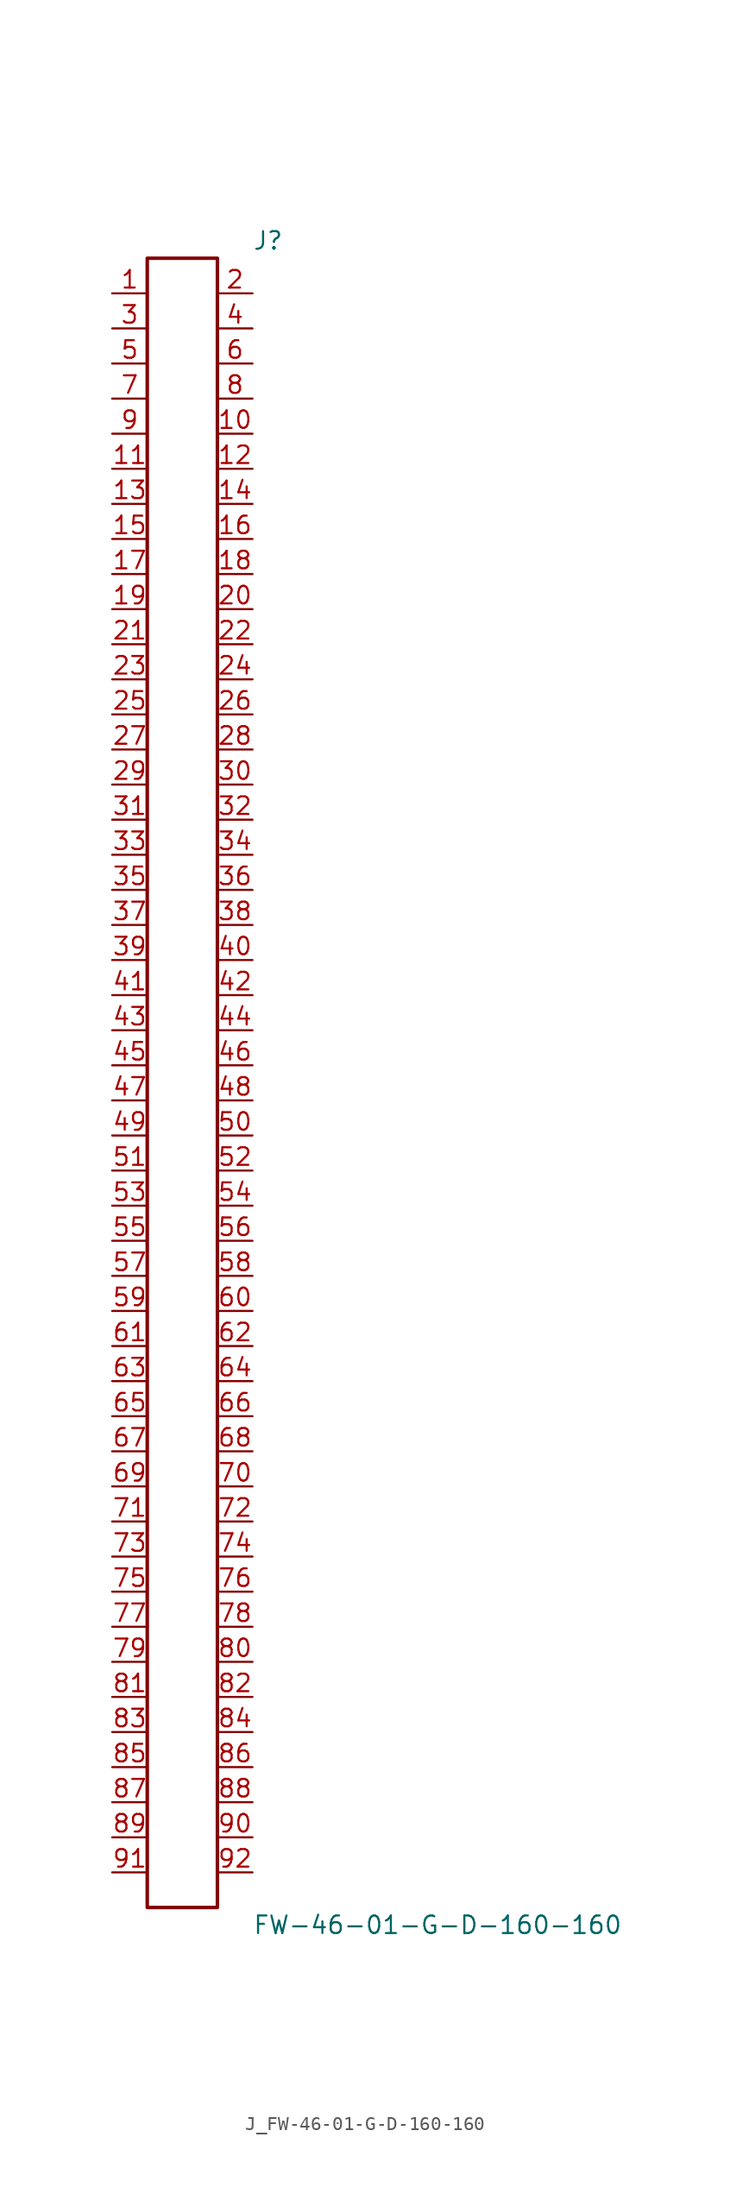
<source format=kicad_sym>
(kicad_symbol_lib
  (version 20231120)
  (generator kicad_symbol_editor)
  (generator_version 8.0)
  (symbol "J_FW-46-01-G-D-160-160"
    (pin_names
      (offset 0.254))
    (property "Reference" "J"
      (at 5.08 60.96 0)
      (effects (font (size 1.27 1.27)) (justify left)))
    (property "Value" "FW-46-01-G-D-160-160"
      (at 5.08 -60.96 0)
      (effects (font (size 1.27 1.27)) (justify left)))
    (symbol "J_FW-46-01-G-D-160-160_0_0"
      (pin unspecified line (at -5.08 57.15 0) (length 2.54) (name "" (effects (font (size 1.27 1.27)))) (number "1" (effects (font (size 1.27 1.27)))))
      (pin unspecified line (at 5.08 57.15 180) (length 2.54) (name "" (effects (font (size 1.27 1.27)))) (number "2" (effects (font (size 1.27 1.27)))))
      (pin unspecified line (at -5.08 54.61 0) (length 2.54) (name "" (effects (font (size 1.27 1.27)))) (number "3" (effects (font (size 1.27 1.27)))))
      (pin unspecified line (at 5.08 54.61 180) (length 2.54) (name "" (effects (font (size 1.27 1.27)))) (number "4" (effects (font (size 1.27 1.27)))))
      (pin unspecified line (at -5.08 52.07 0) (length 2.54) (name "" (effects (font (size 1.27 1.27)))) (number "5" (effects (font (size 1.27 1.27)))))
      (pin unspecified line (at 5.08 52.07 180) (length 2.54) (name "" (effects (font (size 1.27 1.27)))) (number "6" (effects (font (size 1.27 1.27)))))
      (pin unspecified line (at -5.08 49.53 0) (length 2.54) (name "" (effects (font (size 1.27 1.27)))) (number "7" (effects (font (size 1.27 1.27)))))
      (pin unspecified line (at 5.08 49.53 180) (length 2.54) (name "" (effects (font (size 1.27 1.27)))) (number "8" (effects (font (size 1.27 1.27)))))
      (pin unspecified line (at -5.08 46.99 0) (length 2.54) (name "" (effects (font (size 1.27 1.27)))) (number "9" (effects (font (size 1.27 1.27)))))
      (pin unspecified line (at 5.08 46.99 180) (length 2.54) (name "" (effects (font (size 1.27 1.27)))) (number "10" (effects (font (size 1.27 1.27)))))
      (pin unspecified line (at -5.08 44.45 0) (length 2.54) (name "" (effects (font (size 1.27 1.27)))) (number "11" (effects (font (size 1.27 1.27)))))
      (pin unspecified line (at 5.08 44.45 180) (length 2.54) (name "" (effects (font (size 1.27 1.27)))) (number "12" (effects (font (size 1.27 1.27)))))
      (pin unspecified line (at -5.08 41.91 0) (length 2.54) (name "" (effects (font (size 1.27 1.27)))) (number "13" (effects (font (size 1.27 1.27)))))
      (pin unspecified line (at 5.08 41.91 180) (length 2.54) (name "" (effects (font (size 1.27 1.27)))) (number "14" (effects (font (size 1.27 1.27)))))
      (pin unspecified line (at -5.08 39.37 0) (length 2.54) (name "" (effects (font (size 1.27 1.27)))) (number "15" (effects (font (size 1.27 1.27)))))
      (pin unspecified line (at 5.08 39.37 180) (length 2.54) (name "" (effects (font (size 1.27 1.27)))) (number "16" (effects (font (size 1.27 1.27)))))
      (pin unspecified line (at -5.08 36.83 0) (length 2.54) (name "" (effects (font (size 1.27 1.27)))) (number "17" (effects (font (size 1.27 1.27)))))
      (pin unspecified line (at 5.08 36.83 180) (length 2.54) (name "" (effects (font (size 1.27 1.27)))) (number "18" (effects (font (size 1.27 1.27)))))
      (pin unspecified line (at -5.08 34.29 0) (length 2.54) (name "" (effects (font (size 1.27 1.27)))) (number "19" (effects (font (size 1.27 1.27)))))
      (pin unspecified line (at 5.08 34.29 180) (length 2.54) (name "" (effects (font (size 1.27 1.27)))) (number "20" (effects (font (size 1.27 1.27)))))
      (pin unspecified line (at -5.08 31.75 0) (length 2.54) (name "" (effects (font (size 1.27 1.27)))) (number "21" (effects (font (size 1.27 1.27)))))
      (pin unspecified line (at 5.08 31.75 180) (length 2.54) (name "" (effects (font (size 1.27 1.27)))) (number "22" (effects (font (size 1.27 1.27)))))
      (pin unspecified line (at -5.08 29.21 0) (length 2.54) (name "" (effects (font (size 1.27 1.27)))) (number "23" (effects (font (size 1.27 1.27)))))
      (pin unspecified line (at 5.08 29.21 180) (length 2.54) (name "" (effects (font (size 1.27 1.27)))) (number "24" (effects (font (size 1.27 1.27)))))
      (pin unspecified line (at -5.08 26.67 0) (length 2.54) (name "" (effects (font (size 1.27 1.27)))) (number "25" (effects (font (size 1.27 1.27)))))
      (pin unspecified line (at 5.08 26.67 180) (length 2.54) (name "" (effects (font (size 1.27 1.27)))) (number "26" (effects (font (size 1.27 1.27)))))
      (pin unspecified line (at -5.08 24.13 0) (length 2.54) (name "" (effects (font (size 1.27 1.27)))) (number "27" (effects (font (size 1.27 1.27)))))
      (pin unspecified line (at 5.08 24.13 180) (length 2.54) (name "" (effects (font (size 1.27 1.27)))) (number "28" (effects (font (size 1.27 1.27)))))
      (pin unspecified line (at -5.08 21.59 0) (length 2.54) (name "" (effects (font (size 1.27 1.27)))) (number "29" (effects (font (size 1.27 1.27)))))
      (pin unspecified line (at 5.08 21.59 180) (length 2.54) (name "" (effects (font (size 1.27 1.27)))) (number "30" (effects (font (size 1.27 1.27)))))
      (pin unspecified line (at -5.08 19.05 0) (length 2.54) (name "" (effects (font (size 1.27 1.27)))) (number "31" (effects (font (size 1.27 1.27)))))
      (pin unspecified line (at 5.08 19.05 180) (length 2.54) (name "" (effects (font (size 1.27 1.27)))) (number "32" (effects (font (size 1.27 1.27)))))
      (pin unspecified line (at -5.08 16.51 0) (length 2.54) (name "" (effects (font (size 1.27 1.27)))) (number "33" (effects (font (size 1.27 1.27)))))
      (pin unspecified line (at 5.08 16.51 180) (length 2.54) (name "" (effects (font (size 1.27 1.27)))) (number "34" (effects (font (size 1.27 1.27)))))
      (pin unspecified line (at -5.08 13.97 0) (length 2.54) (name "" (effects (font (size 1.27 1.27)))) (number "35" (effects (font (size 1.27 1.27)))))
      (pin unspecified line (at 5.08 13.97 180) (length 2.54) (name "" (effects (font (size 1.27 1.27)))) (number "36" (effects (font (size 1.27 1.27)))))
      (pin unspecified line (at -5.08 11.43 0) (length 2.54) (name "" (effects (font (size 1.27 1.27)))) (number "37" (effects (font (size 1.27 1.27)))))
      (pin unspecified line (at 5.08 11.43 180) (length 2.54) (name "" (effects (font (size 1.27 1.27)))) (number "38" (effects (font (size 1.27 1.27)))))
      (pin unspecified line (at -5.08 8.89 0) (length 2.54) (name "" (effects (font (size 1.27 1.27)))) (number "39" (effects (font (size 1.27 1.27)))))
      (pin unspecified line (at 5.08 8.89 180) (length 2.54) (name "" (effects (font (size 1.27 1.27)))) (number "40" (effects (font (size 1.27 1.27)))))
      (pin unspecified line (at -5.08 6.35 0) (length 2.54) (name "" (effects (font (size 1.27 1.27)))) (number "41" (effects (font (size 1.27 1.27)))))
      (pin unspecified line (at 5.08 6.35 180) (length 2.54) (name "" (effects (font (size 1.27 1.27)))) (number "42" (effects (font (size 1.27 1.27)))))
      (pin unspecified line (at -5.08 3.81 0) (length 2.54) (name "" (effects (font (size 1.27 1.27)))) (number "43" (effects (font (size 1.27 1.27)))))
      (pin unspecified line (at 5.08 3.81 180) (length 2.54) (name "" (effects (font (size 1.27 1.27)))) (number "44" (effects (font (size 1.27 1.27)))))
      (pin unspecified line (at -5.08 1.27 0) (length 2.54) (name "" (effects (font (size 1.27 1.27)))) (number "45" (effects (font (size 1.27 1.27)))))
      (pin unspecified line (at 5.08 1.27 180) (length 2.54) (name "" (effects (font (size 1.27 1.27)))) (number "46" (effects (font (size 1.27 1.27)))))
      (pin unspecified line (at -5.08 -1.27 0) (length 2.54) (name "" (effects (font (size 1.27 1.27)))) (number "47" (effects (font (size 1.27 1.27)))))
      (pin unspecified line (at 5.08 -1.27 180) (length 2.54) (name "" (effects (font (size 1.27 1.27)))) (number "48" (effects (font (size 1.27 1.27)))))
      (pin unspecified line (at -5.08 -3.81 0) (length 2.54) (name "" (effects (font (size 1.27 1.27)))) (number "49" (effects (font (size 1.27 1.27)))))
      (pin unspecified line (at 5.08 -3.81 180) (length 2.54) (name "" (effects (font (size 1.27 1.27)))) (number "50" (effects (font (size 1.27 1.27)))))
      (pin unspecified line (at -5.08 -6.35 0) (length 2.54) (name "" (effects (font (size 1.27 1.27)))) (number "51" (effects (font (size 1.27 1.27)))))
      (pin unspecified line (at 5.08 -6.35 180) (length 2.54) (name "" (effects (font (size 1.27 1.27)))) (number "52" (effects (font (size 1.27 1.27)))))
      (pin unspecified line (at -5.08 -8.89 0) (length 2.54) (name "" (effects (font (size 1.27 1.27)))) (number "53" (effects (font (size 1.27 1.27)))))
      (pin unspecified line (at 5.08 -8.89 180) (length 2.54) (name "" (effects (font (size 1.27 1.27)))) (number "54" (effects (font (size 1.27 1.27)))))
      (pin unspecified line (at -5.08 -11.43 0) (length 2.54) (name "" (effects (font (size 1.27 1.27)))) (number "55" (effects (font (size 1.27 1.27)))))
      (pin unspecified line (at 5.08 -11.43 180) (length 2.54) (name "" (effects (font (size 1.27 1.27)))) (number "56" (effects (font (size 1.27 1.27)))))
      (pin unspecified line (at -5.08 -13.97 0) (length 2.54) (name "" (effects (font (size 1.27 1.27)))) (number "57" (effects (font (size 1.27 1.27)))))
      (pin unspecified line (at 5.08 -13.97 180) (length 2.54) (name "" (effects (font (size 1.27 1.27)))) (number "58" (effects (font (size 1.27 1.27)))))
      (pin unspecified line (at -5.08 -16.51 0) (length 2.54) (name "" (effects (font (size 1.27 1.27)))) (number "59" (effects (font (size 1.27 1.27)))))
      (pin unspecified line (at 5.08 -16.51 180) (length 2.54) (name "" (effects (font (size 1.27 1.27)))) (number "60" (effects (font (size 1.27 1.27)))))
      (pin unspecified line (at -5.08 -19.05 0) (length 2.54) (name "" (effects (font (size 1.27 1.27)))) (number "61" (effects (font (size 1.27 1.27)))))
      (pin unspecified line (at 5.08 -19.05 180) (length 2.54) (name "" (effects (font (size 1.27 1.27)))) (number "62" (effects (font (size 1.27 1.27)))))
      (pin unspecified line (at -5.08 -21.59 0) (length 2.54) (name "" (effects (font (size 1.27 1.27)))) (number "63" (effects (font (size 1.27 1.27)))))
      (pin unspecified line (at 5.08 -21.59 180) (length 2.54) (name "" (effects (font (size 1.27 1.27)))) (number "64" (effects (font (size 1.27 1.27)))))
      (pin unspecified line (at -5.08 -24.13 0) (length 2.54) (name "" (effects (font (size 1.27 1.27)))) (number "65" (effects (font (size 1.27 1.27)))))
      (pin unspecified line (at 5.08 -24.13 180) (length 2.54) (name "" (effects (font (size 1.27 1.27)))) (number "66" (effects (font (size 1.27 1.27)))))
      (pin unspecified line (at -5.08 -26.67 0) (length 2.54) (name "" (effects (font (size 1.27 1.27)))) (number "67" (effects (font (size 1.27 1.27)))))
      (pin unspecified line (at 5.08 -26.67 180) (length 2.54) (name "" (effects (font (size 1.27 1.27)))) (number "68" (effects (font (size 1.27 1.27)))))
      (pin unspecified line (at -5.08 -29.21 0) (length 2.54) (name "" (effects (font (size 1.27 1.27)))) (number "69" (effects (font (size 1.27 1.27)))))
      (pin unspecified line (at 5.08 -29.21 180) (length 2.54) (name "" (effects (font (size 1.27 1.27)))) (number "70" (effects (font (size 1.27 1.27)))))
      (pin unspecified line (at -5.08 -31.75 0) (length 2.54) (name "" (effects (font (size 1.27 1.27)))) (number "71" (effects (font (size 1.27 1.27)))))
      (pin unspecified line (at 5.08 -31.75 180) (length 2.54) (name "" (effects (font (size 1.27 1.27)))) (number "72" (effects (font (size 1.27 1.27)))))
      (pin unspecified line (at -5.08 -34.29 0) (length 2.54) (name "" (effects (font (size 1.27 1.27)))) (number "73" (effects (font (size 1.27 1.27)))))
      (pin unspecified line (at 5.08 -34.29 180) (length 2.54) (name "" (effects (font (size 1.27 1.27)))) (number "74" (effects (font (size 1.27 1.27)))))
      (pin unspecified line (at -5.08 -36.83 0) (length 2.54) (name "" (effects (font (size 1.27 1.27)))) (number "75" (effects (font (size 1.27 1.27)))))
      (pin unspecified line (at 5.08 -36.83 180) (length 2.54) (name "" (effects (font (size 1.27 1.27)))) (number "76" (effects (font (size 1.27 1.27)))))
      (pin unspecified line (at -5.08 -39.37 0) (length 2.54) (name "" (effects (font (size 1.27 1.27)))) (number "77" (effects (font (size 1.27 1.27)))))
      (pin unspecified line (at 5.08 -39.37 180) (length 2.54) (name "" (effects (font (size 1.27 1.27)))) (number "78" (effects (font (size 1.27 1.27)))))
      (pin unspecified line (at -5.08 -41.91 0) (length 2.54) (name "" (effects (font (size 1.27 1.27)))) (number "79" (effects (font (size 1.27 1.27)))))
      (pin unspecified line (at 5.08 -41.91 180) (length 2.54) (name "" (effects (font (size 1.27 1.27)))) (number "80" (effects (font (size 1.27 1.27)))))
      (pin unspecified line (at -5.08 -44.45 0) (length 2.54) (name "" (effects (font (size 1.27 1.27)))) (number "81" (effects (font (size 1.27 1.27)))))
      (pin unspecified line (at 5.08 -44.45 180) (length 2.54) (name "" (effects (font (size 1.27 1.27)))) (number "82" (effects (font (size 1.27 1.27)))))
      (pin unspecified line (at -5.08 -46.99 0) (length 2.54) (name "" (effects (font (size 1.27 1.27)))) (number "83" (effects (font (size 1.27 1.27)))))
      (pin unspecified line (at 5.08 -46.99 180) (length 2.54) (name "" (effects (font (size 1.27 1.27)))) (number "84" (effects (font (size 1.27 1.27)))))
      (pin unspecified line (at -5.08 -49.53 0) (length 2.54) (name "" (effects (font (size 1.27 1.27)))) (number "85" (effects (font (size 1.27 1.27)))))
      (pin unspecified line (at 5.08 -49.53 180) (length 2.54) (name "" (effects (font (size 1.27 1.27)))) (number "86" (effects (font (size 1.27 1.27)))))
      (pin unspecified line (at -5.08 -52.07 0) (length 2.54) (name "" (effects (font (size 1.27 1.27)))) (number "87" (effects (font (size 1.27 1.27)))))
      (pin unspecified line (at 5.08 -52.07 180) (length 2.54) (name "" (effects (font (size 1.27 1.27)))) (number "88" (effects (font (size 1.27 1.27)))))
      (pin unspecified line (at -5.08 -54.61 0) (length 2.54) (name "" (effects (font (size 1.27 1.27)))) (number "89" (effects (font (size 1.27 1.27)))))
      (pin unspecified line (at 5.08 -54.61 180) (length 2.54) (name "" (effects (font (size 1.27 1.27)))) (number "90" (effects (font (size 1.27 1.27)))))
      (pin unspecified line (at -5.08 -57.15 0) (length 2.54) (name "" (effects (font (size 1.27 1.27)))) (number "91" (effects (font (size 1.27 1.27)))))
      (pin unspecified line (at 5.08 -57.15 180) (length 2.54) (name "" (effects (font (size 1.27 1.27)))) (number "92" (effects (font (size 1.27 1.27))))))
    (symbol "J_FW-46-01-G-D-160-160_1_0"
      (rectangle (start -2.54 59.69) (end 2.54 -59.69) (stroke (width 0.254) (type solid)) (fill (type none))))))
</source>
